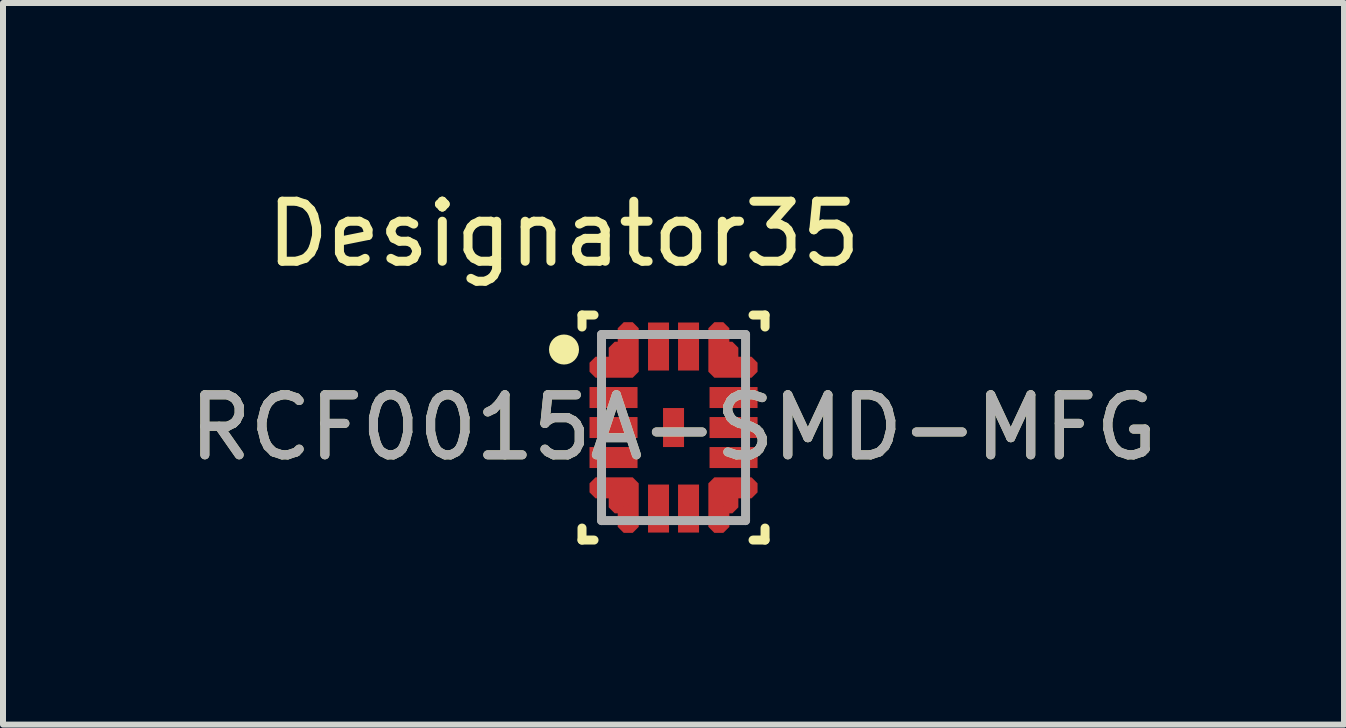
<source format=kicad_pcb>
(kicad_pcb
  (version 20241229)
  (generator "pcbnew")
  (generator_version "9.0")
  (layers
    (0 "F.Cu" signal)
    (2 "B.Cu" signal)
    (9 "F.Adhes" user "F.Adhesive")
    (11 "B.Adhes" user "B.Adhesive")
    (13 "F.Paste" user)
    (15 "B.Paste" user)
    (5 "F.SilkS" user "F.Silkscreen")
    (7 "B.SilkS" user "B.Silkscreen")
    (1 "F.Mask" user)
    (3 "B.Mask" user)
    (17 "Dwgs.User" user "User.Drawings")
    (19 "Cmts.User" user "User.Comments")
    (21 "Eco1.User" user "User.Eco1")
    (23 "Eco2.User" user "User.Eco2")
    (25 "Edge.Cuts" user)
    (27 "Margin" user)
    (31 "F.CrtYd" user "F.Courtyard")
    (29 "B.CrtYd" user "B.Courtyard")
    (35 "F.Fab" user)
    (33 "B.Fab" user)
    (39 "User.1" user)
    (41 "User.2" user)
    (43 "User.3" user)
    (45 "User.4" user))
  (footprint "RCF0015A-SMD-MFG"
    (layer "F.Cu")
    (at 8.173 4.074)
    (property "Reference" "RCF0015A-SMD-MFG" (at 0 0 0) (unlocked yes) (layer "F.SilkS") (effects (font (size 1 1) (thickness 0.15))))
    (attr smd)
    (fp_poly (pts (xy -1.3 -0.83) (xy -1.4 -0.93) (xy -1.4 -1.08) (xy -1.3 -1.18) (xy -1.08 -1.18) (xy -1.08 -1.33) (xy -0.98 -1.43) (xy -0.93 -1.43) (xy -0.93 -1.655) (xy -0.83 -1.755) (xy -0.68 -1.755) (xy -0.58 -1.655) (xy -0.58 -0.93) (xy -0.68 -0.83)) (stroke (width 0) (type solid)) (fill yes) (layer "F.Cu"))
    (fp_poly (pts (xy -1.3 0.83) (xy -1.4 0.93) (xy -1.4 1.08) (xy -1.3 1.18) (xy -1.08 1.18) (xy -1.08 1.33) (xy -0.98 1.43) (xy -0.93 1.43) (xy -0.93 1.655) (xy -0.83 1.755) (xy -0.68 1.755) (xy -0.58 1.655) (xy -0.58 0.93) (xy -0.68 0.83)) (stroke (width 0) (type solid)) (fill yes) (layer "F.Cu"))
    (fp_poly (pts (xy 1.3 -0.83) (xy 1.4 -0.93) (xy 1.4 -1.08) (xy 1.3 -1.18) (xy 1.08 -1.18) (xy 1.08 -1.33) (xy 0.98 -1.43) (xy 0.93 -1.43) (xy 0.93 -1.655) (xy 0.83 -1.755) (xy 0.68 -1.755) (xy 0.58 -1.655) (xy 0.58 -0.93) (xy 0.68 -0.83)) (stroke (width 0) (type solid)) (fill yes) (layer "F.Cu"))
    (fp_poly (pts (xy 1.3 0.83) (xy 1.4 0.93) (xy 1.4 1.08) (xy 1.3 1.18) (xy 1.08 1.18) (xy 1.08 1.33) (xy 0.98 1.43) (xy 0.93 1.43) (xy 0.93 1.655) (xy 0.83 1.755) (xy 0.68 1.755) (xy 0.58 1.655) (xy 0.58 0.93) (xy 0.68 0.83)) (stroke (width 0) (type solid)) (fill yes) (layer "F.Cu"))
    (fp_poly (pts (xy -1.35 -0.075) (xy -1.3 -0.125) (xy -0.7 -0.125) (xy -0.65 -0.075) (xy -0.65 0.075) (xy -0.7 0.125) (xy -1.3 0.125) (xy -1.35 0.075)) (stroke (width 0) (type solid)) (fill yes) (layer "F.Mask"))
    (fp_poly (pts (xy -0.7 0.625) (xy -1.3 0.625) (xy -1.35 0.575) (xy -1.35 0.425) (xy -1.3 0.375) (xy -0.7 0.375) (xy -0.65 0.425) (xy -0.65 0.575)) (stroke (width 0) (type solid)) (fill yes) (layer "F.Mask"))
    (fp_poly (pts (xy -0.65 -0.425) (xy -0.7 -0.375) (xy -1.3 -0.375) (xy -1.35 -0.425) (xy -1.35 -0.575) (xy -1.3 -0.625) (xy -0.7 -0.625) (xy -0.65 -0.575)) (stroke (width 0) (type solid)) (fill yes) (layer "F.Mask"))
    (fp_poly (pts (xy -0.375 1.65) (xy -0.375 1.05) (xy -0.325 1) (xy -0.175 1) (xy -0.125 1.05) (xy -0.125 1.65) (xy -0.175 1.7) (xy -0.325 1.7)) (stroke (width 0) (type solid)) (fill yes) (layer "F.Mask"))
    (fp_poly (pts (xy -0.175 -1) (xy -0.325 -1) (xy -0.375 -1.05) (xy -0.375 -1.65) (xy -0.325 -1.7) (xy -0.175 -1.7) (xy -0.125 -1.65) (xy -0.125 -1.05)) (stroke (width 0) (type solid)) (fill yes) (layer "F.Mask"))
    (fp_poly (pts (xy 0.125 -1.65) (xy 0.175 -1.7) (xy 0.325 -1.7) (xy 0.375 -1.65) (xy 0.375 -1.05) (xy 0.325 -1) (xy 0.175 -1) (xy 0.125 -1.05)) (stroke (width 0) (type solid)) (fill yes) (layer "F.Mask"))
    (fp_poly (pts (xy 0.125 0.225) (xy 0.075 0.275) (xy -0.075 0.275) (xy -0.125 0.225) (xy -0.125 -0.225) (xy -0.075 -0.275) (xy 0.075 -0.275) (xy 0.125 -0.225)) (stroke (width 0) (type solid)) (fill yes) (layer "F.Mask"))
    (fp_poly (pts (xy 0.125 1.05) (xy 0.175 1) (xy 0.325 1) (xy 0.375 1.05) (xy 0.375 1.65) (xy 0.325 1.7) (xy 0.175 1.7) (xy 0.125 1.65)) (stroke (width 0) (type solid)) (fill yes) (layer "F.Mask"))
    (fp_poly (pts (xy 1.3 0.375) (xy 1.35 0.425) (xy 1.35 0.575) (xy 1.3 0.625) (xy 0.7 0.625) (xy 0.65 0.575) (xy 0.65 0.425) (xy 0.7 0.375)) (stroke (width 0) (type solid)) (fill yes) (layer "F.Mask"))
    (fp_poly (pts (xy 1.35 -0.575) (xy 1.35 -0.425) (xy 1.3 -0.375) (xy 0.7 -0.375) (xy 0.65 -0.425) (xy 0.65 -0.575) (xy 0.7 -0.625) (xy 1.3 -0.625)) (stroke (width 0) (type solid)) (fill yes) (layer "F.Mask"))
    (fp_poly (pts (xy 1.35 -0.075) (xy 1.35 0.075) (xy 1.3 0.125) (xy 0.7 0.125) (xy 0.65 0.075) (xy 0.65 -0.075) (xy 0.7 -0.125) (xy 1.3 -0.125)) (stroke (width 0) (type solid)) (fill yes) (layer "F.Mask"))
    (fp_poly (pts (xy -1.3 -0.88) (xy -1.35 -0.93) (xy -1.35 -1.08) (xy -1.3 -1.13) (xy -1.08 -1.13) (xy -1.03 -1.18) (xy -1.03 -1.33) (xy -0.98 -1.38) (xy -0.93 -1.38) (xy -0.88 -1.43) (xy -0.88 -1.655) (xy -0.83 -1.705) (xy -0.68 -1.705) (xy -0.63 -1.655) (xy -0.63 -0.93) (xy -0.68 -0.88)) (stroke (width 0) (type solid)) (fill yes) (layer "F.Mask"))
    (fp_poly (pts (xy -1.3 0.88) (xy -1.35 0.93) (xy -1.35 1.08) (xy -1.3 1.13) (xy -1.08 1.13) (xy -1.03 1.18) (xy -1.03 1.33) (xy -0.98 1.38) (xy -0.93 1.38) (xy -0.88 1.43) (xy -0.88 1.655) (xy -0.83 1.705) (xy -0.68 1.705) (xy -0.63 1.655) (xy -0.63 0.93) (xy -0.68 0.88)) (stroke (width 0) (type solid)) (fill yes) (layer "F.Mask"))
    (fp_poly (pts (xy 1.3 -0.88) (xy 1.35 -0.93) (xy 1.35 -1.08) (xy 1.3 -1.13) (xy 1.08 -1.13) (xy 1.03 -1.18) (xy 1.03 -1.33) (xy 0.98 -1.38) (xy 0.93 -1.38) (xy 0.88 -1.43) (xy 0.88 -1.655) (xy 0.83 -1.705) (xy 0.68 -1.705) (xy 0.63 -1.655) (xy 0.63 -0.93) (xy 0.68 -0.88)) (stroke (width 0) (type solid)) (fill yes) (layer "F.Mask"))
    (fp_poly (pts (xy 1.3 0.88) (xy 1.35 0.93) (xy 1.35 1.08) (xy 1.3 1.13) (xy 1.08 1.13) (xy 1.03 1.18) (xy 1.03 1.33) (xy 0.98 1.38) (xy 0.93 1.38) (xy 0.88 1.43) (xy 0.88 1.655) (xy 0.83 1.705) (xy 0.68 1.705) (xy 0.63 1.655) (xy 0.63 0.93) (xy 0.68 0.88)) (stroke (width 0) (type solid)) (fill yes) (layer "F.Mask"))
    (fp_line (start -1.525 -1.875) (end -1.325 -1.875) (stroke (width 0.15) (type solid)) (layer "F.SilkS"))
    (fp_line (start -1.525 -1.675) (end -1.525 -1.875) (stroke (width 0.15) (type solid)) (layer "F.SilkS"))
    (fp_line (start -1.525 1.875) (end -1.525 1.675) (stroke (width 0.15) (type solid)) (layer "F.SilkS"))
    (fp_line (start -1.525 1.875) (end -1.325 1.875) (stroke (width 0.15) (type solid)) (layer "F.SilkS"))
    (fp_line (start 1.325 -1.875) (end 1.525 -1.875) (stroke (width 0.15) (type solid)) (layer "F.SilkS"))
    (fp_line (start 1.325 1.875) (end 1.525 1.875) (stroke (width 0.15) (type solid)) (layer "F.SilkS"))
    (fp_line (start 1.525 -1.675) (end 1.525 -1.875) (stroke (width 0.15) (type solid)) (layer "F.SilkS"))
    (fp_line (start 1.525 1.875) (end 1.525 1.675) (stroke (width 0.15) (type solid)) (layer "F.SilkS"))
    (fp_circle (center -1.825 -1.3) (end -1.7 -1.3) (stroke (width 0.25) (type solid)) (fill no) (layer "F.SilkS"))
    (fp_poly (pts (xy -1.35 -0.075) (xy -1.3 -0.125) (xy -0.7 -0.125) (xy -0.65 -0.075) (xy -0.65 0.075) (xy -0.7 0.125) (xy -1.3 0.125) (xy -1.35 0.075)) (stroke (width 0) (type solid)) (fill yes) (layer "F.Paste"))
    (fp_poly (pts (xy -0.7 0.625) (xy -1.3 0.625) (xy -1.35 0.575) (xy -1.35 0.425) (xy -1.3 0.375) (xy -0.7 0.375) (xy -0.65 0.425) (xy -0.65 0.575)) (stroke (width 0) (type solid)) (fill yes) (layer "F.Paste"))
    (fp_poly (pts (xy -0.65 -0.425) (xy -0.7 -0.375) (xy -1.3 -0.375) (xy -1.35 -0.425) (xy -1.35 -0.575) (xy -1.3 -0.625) (xy -0.7 -0.625) (xy -0.65 -0.575)) (stroke (width 0) (type solid)) (fill yes) (layer "F.Paste"))
    (fp_poly (pts (xy -0.375 1.65) (xy -0.375 1.05) (xy -0.325 1) (xy -0.175 1) (xy -0.125 1.05) (xy -0.125 1.65) (xy -0.175 1.7) (xy -0.325 1.7)) (stroke (width 0) (type solid)) (fill yes) (layer "F.Paste"))
    (fp_poly (pts (xy -0.175 -1) (xy -0.325 -1) (xy -0.375 -1.05) (xy -0.375 -1.65) (xy -0.325 -1.7) (xy -0.175 -1.7) (xy -0.125 -1.65) (xy -0.125 -1.05)) (stroke (width 0) (type solid)) (fill yes) (layer "F.Paste"))
    (fp_poly (pts (xy 0.125 -1.65) (xy 0.175 -1.7) (xy 0.325 -1.7) (xy 0.375 -1.65) (xy 0.375 -1.05) (xy 0.325 -1) (xy 0.175 -1) (xy 0.125 -1.05)) (stroke (width 0) (type solid)) (fill yes) (layer "F.Paste"))
    (fp_poly (pts (xy 0.125 0.225) (xy 0.075 0.275) (xy -0.075 0.275) (xy -0.125 0.225) (xy -0.125 -0.225) (xy -0.075 -0.275) (xy 0.075 -0.275) (xy 0.125 -0.225)) (stroke (width 0) (type solid)) (fill yes) (layer "F.Paste"))
    (fp_poly (pts (xy 0.125 1.05) (xy 0.175 1) (xy 0.325 1) (xy 0.375 1.05) (xy 0.375 1.65) (xy 0.325 1.7) (xy 0.175 1.7) (xy 0.125 1.65)) (stroke (width 0) (type solid)) (fill yes) (layer "F.Paste"))
    (fp_poly (pts (xy 1.3 0.375) (xy 1.35 0.425) (xy 1.35 0.575) (xy 1.3 0.625) (xy 0.7 0.625) (xy 0.65 0.575) (xy 0.65 0.425) (xy 0.7 0.375)) (stroke (width 0) (type solid)) (fill yes) (layer "F.Paste"))
    (fp_poly (pts (xy 1.35 -0.575) (xy 1.35 -0.425) (xy 1.3 -0.375) (xy 0.7 -0.375) (xy 0.65 -0.425) (xy 0.65 -0.575) (xy 0.7 -0.625) (xy 1.3 -0.625)) (stroke (width 0) (type solid)) (fill yes) (layer "F.Paste"))
    (fp_poly (pts (xy 1.35 -0.075) (xy 1.35 0.075) (xy 1.3 0.125) (xy 0.7 0.125) (xy 0.65 0.075) (xy 0.65 -0.075) (xy 0.7 -0.125) (xy 1.3 -0.125)) (stroke (width 0) (type solid)) (fill yes) (layer "F.Paste"))
    (fp_poly (pts (xy -1.3 -0.88) (xy -1.35 -0.93) (xy -1.35 -1.08) (xy -1.3 -1.13) (xy -1.08 -1.13) (xy -1.03 -1.18) (xy -1.03 -1.33) (xy -0.98 -1.38) (xy -0.93 -1.38) (xy -0.88 -1.43) (xy -0.88 -1.655) (xy -0.83 -1.705) (xy -0.68 -1.705) (xy -0.63 -1.655) (xy -0.63 -0.93) (xy -0.68 -0.88)) (stroke (width 0) (type solid)) (fill yes) (layer "F.Paste"))
    (fp_poly (pts (xy -1.3 0.88) (xy -1.35 0.93) (xy -1.35 1.08) (xy -1.3 1.13) (xy -1.08 1.13) (xy -1.03 1.18) (xy -1.03 1.33) (xy -0.98 1.38) (xy -0.93 1.38) (xy -0.88 1.43) (xy -0.88 1.655) (xy -0.83 1.705) (xy -0.68 1.705) (xy -0.63 1.655) (xy -0.63 0.93) (xy -0.68 0.88)) (stroke (width 0) (type solid)) (fill yes) (layer "F.Paste"))
    (fp_poly (pts (xy 1.3 -0.88) (xy 1.35 -0.93) (xy 1.35 -1.08) (xy 1.3 -1.13) (xy 1.08 -1.13) (xy 1.03 -1.18) (xy 1.03 -1.33) (xy 0.98 -1.38) (xy 0.93 -1.38) (xy 0.88 -1.43) (xy 0.88 -1.655) (xy 0.83 -1.705) (xy 0.68 -1.705) (xy 0.63 -1.655) (xy 0.63 -0.93) (xy 0.68 -0.88)) (stroke (width 0) (type solid)) (fill yes) (layer "F.Paste"))
    (fp_poly (pts (xy 1.3 0.88) (xy 1.35 0.93) (xy 1.35 1.08) (xy 1.3 1.13) (xy 1.08 1.13) (xy 1.03 1.18) (xy 1.03 1.33) (xy 0.98 1.38) (xy 0.93 1.38) (xy 0.88 1.43) (xy 0.88 1.655) (xy 0.83 1.705) (xy 0.68 1.705) (xy 0.63 1.655) (xy 0.63 0.93) (xy 0.68 0.88)) (stroke (width 0) (type solid)) (fill yes) (layer "F.Paste"))
    (fp_line (start -1.2 -1.55) (end 1.2 -1.55) (stroke (width 0.15) (type solid)) (layer "F.Fab"))
    (fp_line (start -1.2 1.55) (end -1.2 -1.55) (stroke (width 0.15) (type solid)) (layer "F.Fab"))
    (fp_line (start -1.2 1.55) (end 1.2 1.55) (stroke (width 0.15) (type solid)) (layer "F.Fab"))
    (fp_line (start 1.2 1.55) (end 1.2 -1.55) (stroke (width 0.15) (type solid)) (layer "F.Fab"))
    (fp_text user "Designator35" (at -1.829 -3.226 0) (unlocked yes) (layer "F.SilkS") (effects (font (size 1 1) (thickness 0.15))))
    (fp_text user "${REFERENCE}" (at 0 0 0) (unlocked yes) (layer "F.Fab") (effects (font (size 1 1) (thickness 0.15))))
    (pad "1" smd circle (at -0.836 -1.086) (size 0.461 0.461) (layers "F.Cu"))
    (pad "2" smd rect (at -1 -0.5) (size 0.8 0.35) (layers "F.Cu"))
    (pad "3" smd rect (at -1 0) (size 0.8 0.35) (layers "F.Cu"))
    (pad "4" smd rect (at -1 0.5) (size 0.8 0.35) (layers "F.Cu"))
    (pad "5" smd circle (at -0.836 1.089) (size 0.461 0.461) (layers "F.Cu"))
    (pad "6" smd rect (at -0.25 1.35) (size 0.35 0.8) (layers "F.Cu"))
    (pad "7" smd rect (at 0.25 1.35) (size 0.35 0.8) (layers "F.Cu"))
    (pad "8" smd circle (at 0.836 1.089) (size 0.461 0.461) (layers "F.Cu"))
    (pad "9" smd rect (at 1 0.5) (size 0.8 0.35) (layers "F.Cu"))
    (pad "10" smd rect (at 1 0) (size 0.8 0.35) (layers "F.Cu"))
    (pad "11" smd rect (at 1 -0.5) (size 0.8 0.35) (layers "F.Cu"))
    (pad "12" smd circle (at 0.836 -1.086) (size 0.461 0.461) (layers "F.Cu"))
    (pad "13" smd rect (at 0.25 -1.35) (size 0.35 0.8) (layers "F.Cu"))
    (pad "14" smd rect (at -0.25 -1.35) (size 0.35 0.8) (layers "F.Cu"))
    (pad "15" smd rect (at 0 0) (size 0.35 0.65) (layers "F.Cu")))
  (gr_rect
    (start -3 -3)
    (end 19.345 9.024)
    (stroke (width 0.1) (type default))
    (fill no)
    (layer "Edge.Cuts")))
</source>
